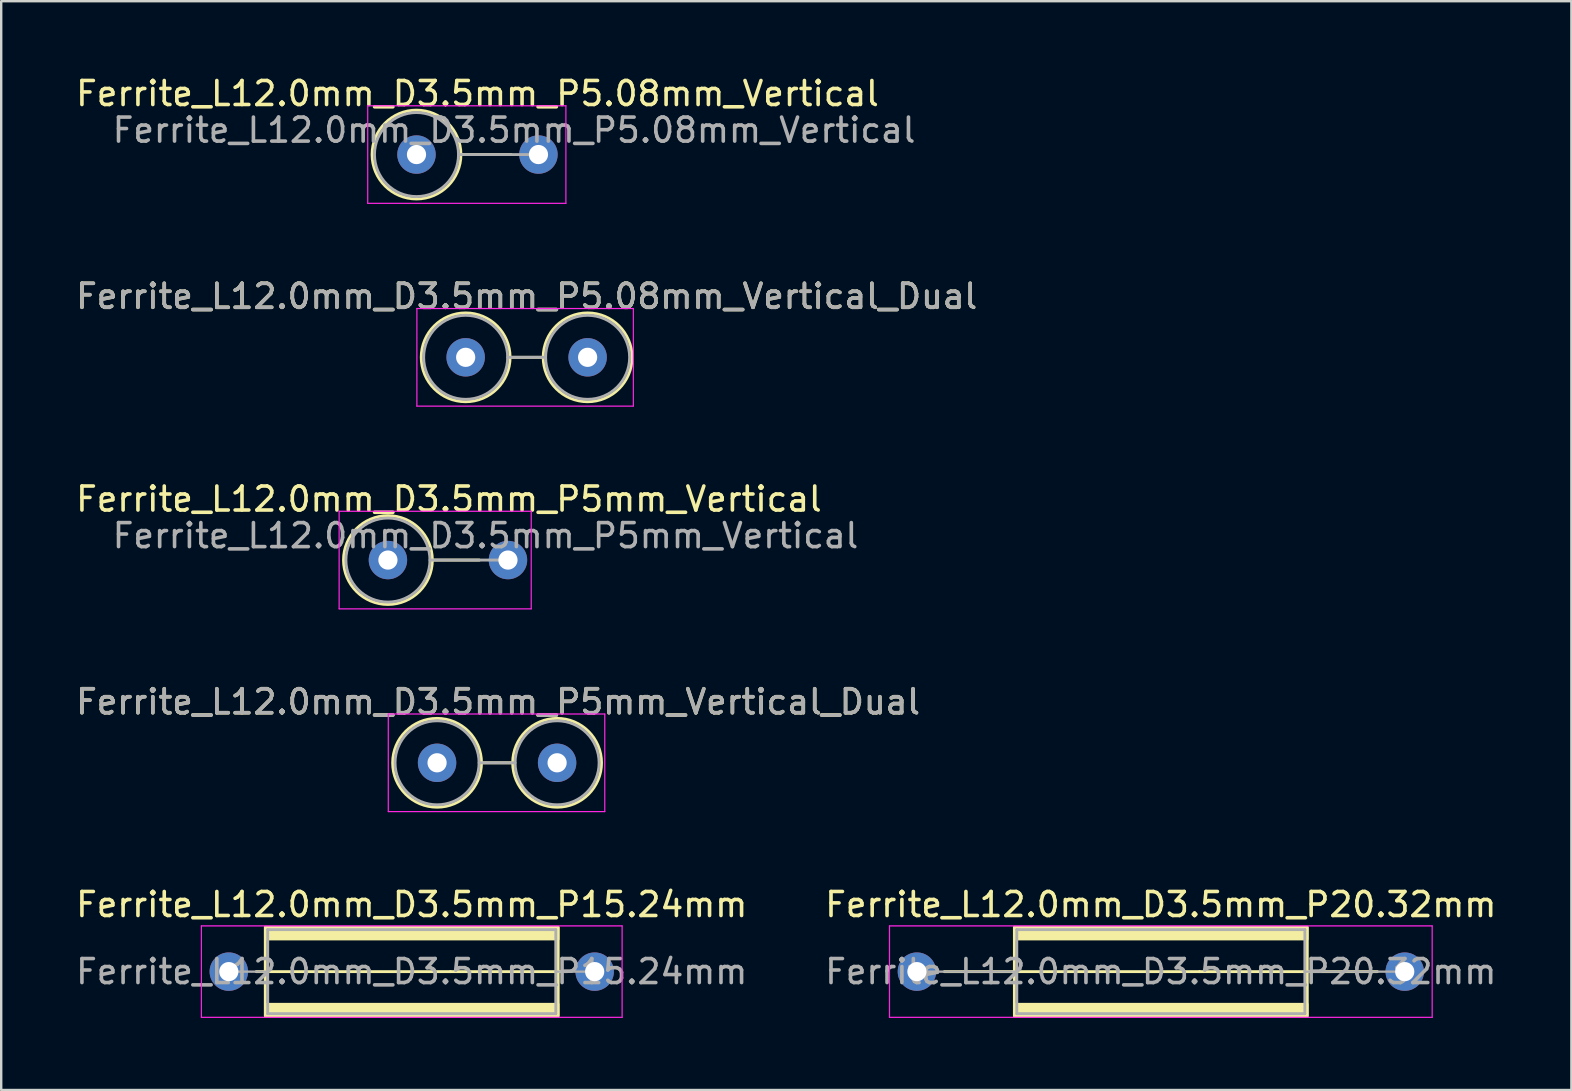
<source format=kicad_pcb>
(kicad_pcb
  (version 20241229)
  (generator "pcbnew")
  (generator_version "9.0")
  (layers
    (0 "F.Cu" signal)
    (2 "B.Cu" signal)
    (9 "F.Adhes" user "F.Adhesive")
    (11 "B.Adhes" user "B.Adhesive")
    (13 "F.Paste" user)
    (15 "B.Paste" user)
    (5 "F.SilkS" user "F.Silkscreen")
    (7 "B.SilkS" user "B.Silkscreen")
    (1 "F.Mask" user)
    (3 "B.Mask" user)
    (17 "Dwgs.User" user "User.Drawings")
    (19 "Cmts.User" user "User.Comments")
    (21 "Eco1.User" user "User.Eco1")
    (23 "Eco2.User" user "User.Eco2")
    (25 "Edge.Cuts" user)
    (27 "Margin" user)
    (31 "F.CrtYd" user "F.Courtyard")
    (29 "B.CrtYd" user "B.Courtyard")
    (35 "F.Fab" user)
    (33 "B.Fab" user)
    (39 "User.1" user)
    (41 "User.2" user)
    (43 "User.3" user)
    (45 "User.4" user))
  (footprint "Ferrite_L12.0mm_D3.5mm_P20.32mm"
    (layer "F.Cu")
    (at 35.144 37.423)
    (property "Reference" "Ferrite_L12.0mm_D3.5mm_P20.32mm" (at 10.16 -2.794 0) (layer "F.SilkS") (effects (font (size 1 1) (thickness 0.15))))
    (fp_line (start 11.774 0.000002) (end 1.143 0) (stroke (width 0.12) (type solid)) (layer "F.SilkS"))
    (fp_line (start 11.774 0.000002) (end 19.177 0) (stroke (width 0.12) (type solid)) (layer "F.SilkS"))
    (fp_rect (start 4.06 -1.85) (end 16.26 1.85) (stroke (width 0.12) (type solid)) (fill no) (layer "F.SilkS"))
    (fp_poly (pts (xy 4.06 1.35) (xy 16.26 1.35) (xy 16.26 1.85) (xy 4.06 1.85)) (stroke (width 0.1) (type solid)) (fill yes) (layer "F.SilkS"))
    (fp_poly (pts (xy 16.26 -1.35) (xy 4.06 -1.35) (xy 4.06 -1.85) (xy 16.26 -1.85)) (stroke (width 0.1) (type solid)) (fill yes) (layer "F.SilkS"))
    (fp_line (start -1.143 -1.905) (end 21.463 -1.905) (stroke (width 0.05) (type solid)) (layer "F.CrtYd"))
    (fp_line (start -1.143 1.905) (end -1.143 -1.905) (stroke (width 0.05) (type solid)) (layer "F.CrtYd"))
    (fp_line (start 21.463 -1.905) (end 21.463 1.905) (stroke (width 0.05) (type solid)) (layer "F.CrtYd"))
    (fp_line (start 21.463 1.905) (end -1.143 1.905) (stroke (width 0.05) (type solid)) (layer "F.CrtYd"))
    (fp_line (start 0 0) (end 4.16 0) (stroke (width 0.1) (type solid)) (layer "F.Fab"))
    (fp_line (start 4.16 -1.75) (end 4.16 1.75) (stroke (width 0.12) (type solid)) (layer "F.Fab"))
    (fp_line (start 4.16 -1.75) (end 16.16 -1.75) (stroke (width 0.12) (type solid)) (layer "F.Fab"))
    (fp_line (start 16.16 -1.75) (end 16.16 1.75) (stroke (width 0.12) (type solid)) (layer "F.Fab"))
    (fp_line (start 16.16 1.75) (end 4.16 1.75) (stroke (width 0.12) (type solid)) (layer "F.Fab"))
    (fp_line (start 20.25 0) (end 16.16 0) (stroke (width 0.1) (type solid)) (layer "F.Fab"))
    (fp_text user "${REFERENCE}" (at 10.16 0 0) (layer "F.Fab") (effects (font (size 1 1) (thickness 0.15))))
    (pad "1" thru_hole circle (at 0 0) (size 1.6 1.6) (drill 0.8) (layers "*.Cu" "*.Mask"))
    (pad "2" thru_hole circle (at 20.32 0) (size 1.6 1.6) (drill 0.8) (layers "*.Cu" "*.Mask")))
  (footprint "Ferrite_L12.0mm_D3.5mm_P5.08mm_Vertical_Dual"
    (layer "F.Cu")
    (at 16.347 11.834)
    (property "Reference" "Ferrite_L12.0mm_D3.5mm_P5.08mm_Vertical_Dual" (at 2.54 -2.54 0) (layer "F.SilkS") (effects (font (size 1 1) (thickness 0.15))))
    (fp_line (start 1.85 0) (end 3.23 0) (stroke (width 0.12) (type solid)) (layer "F.SilkS"))
    (fp_circle (center 0 0) (end 0 -1.85) (stroke (width 0.12) (type solid)) (fill no) (layer "F.SilkS"))
    (fp_circle (center 5.08 0) (end 5.08 -1.85) (stroke (width 0.12) (type solid)) (fill no) (layer "F.SilkS"))
    (fp_line (start -2.032 -2.032) (end 6.985 -2.032) (stroke (width 0.05) (type solid)) (layer "F.CrtYd"))
    (fp_line (start -2.032 2.032) (end -2.032 -2.032) (stroke (width 0.05) (type solid)) (layer "F.CrtYd"))
    (fp_line (start 6.985 -2.032) (end 6.985 2.032) (stroke (width 0.05) (type solid)) (layer "F.CrtYd"))
    (fp_line (start 6.985 2.032) (end -2.032 2.032) (stroke (width 0.05) (type solid)) (layer "F.CrtYd"))
    (fp_line (start 1.75 0) (end 3.33 0) (stroke (width 0.12) (type solid)) (layer "F.Fab"))
    (fp_circle (center 0 0) (end 0 -1.75) (stroke (width 0.12) (type solid)) (fill no) (layer "F.Fab"))
    (fp_circle (center 5.08 0) (end 5.08 -1.75) (stroke (width 0.12) (type solid)) (fill no) (layer "F.Fab"))
    (fp_text user "${REFERENCE}" (at 2.54 -2.539 0) (layer "F.Fab") (effects (font (size 1 1) (thickness 0.15))))
    (pad "1" thru_hole circle (at 0 0) (size 1.6 1.6) (drill 0.8) (layers "*.Cu" "*.Mask"))
    (pad "2" thru_hole circle (at 5.08 0) (size 1.6 1.6) (drill 0.8) (layers "*.Cu" "*.Mask")))
  (footprint "Ferrite_L12.0mm_D3.5mm_P15.24mm"
    (layer "F.Cu")
    (at 6.481 37.423)
    (property "Reference" "Ferrite_L12.0mm_D3.5mm_P15.24mm" (at 7.62 -2.794 0) (layer "F.SilkS") (effects (font (size 1 1) (thickness 0.15))))
    (fp_line (start 9.234 0.000002) (end 1.143 0) (stroke (width 0.12) (type solid)) (layer "F.SilkS"))
    (fp_line (start 9.234 0.000002) (end 14.097 0) (stroke (width 0.12) (type solid)) (layer "F.SilkS"))
    (fp_rect (start 1.52 -1.85) (end 13.72 1.85) (stroke (width 0.12) (type solid)) (fill no) (layer "F.SilkS"))
    (fp_poly (pts (xy 1.52 1.35) (xy 13.72 1.35) (xy 13.72 1.85) (xy 1.52 1.85)) (stroke (width 0.1) (type solid)) (fill yes) (layer "F.SilkS"))
    (fp_poly (pts (xy 13.72 -1.35) (xy 1.52 -1.35) (xy 1.52 -1.85) (xy 13.72 -1.85)) (stroke (width 0.1) (type solid)) (fill yes) (layer "F.SilkS"))
    (fp_line (start -1.143 -1.905) (end 16.383 -1.905) (stroke (width 0.05) (type solid)) (layer "F.CrtYd"))
    (fp_line (start -1.143 1.905) (end -1.143 -1.905) (stroke (width 0.05) (type solid)) (layer "F.CrtYd"))
    (fp_line (start 16.383 -1.905) (end 16.383 1.905) (stroke (width 0.05) (type solid)) (layer "F.CrtYd"))
    (fp_line (start 16.383 1.905) (end -1.143 1.905) (stroke (width 0.05) (type solid)) (layer "F.CrtYd"))
    (fp_line (start 0 0) (end 1.62 0) (stroke (width 0.1) (type solid)) (layer "F.Fab"))
    (fp_line (start 1.62 -1.75) (end 1.62 1.75) (stroke (width 0.12) (type solid)) (layer "F.Fab"))
    (fp_line (start 1.62 -1.75) (end 13.62 -1.75) (stroke (width 0.12) (type solid)) (layer "F.Fab"))
    (fp_line (start 13.62 -1.75) (end 13.62 1.75) (stroke (width 0.12) (type solid)) (layer "F.Fab"))
    (fp_line (start 13.62 1.75) (end 1.62 1.75) (stroke (width 0.12) (type solid)) (layer "F.Fab"))
    (fp_line (start 15.25 0) (end 13.62 0) (stroke (width 0.1) (type solid)) (layer "F.Fab"))
    (fp_text user "${REFERENCE}" (at 7.62 0 0) (layer "F.Fab") (effects (font (size 1 1) (thickness 0.15))))
    (pad "1" thru_hole circle (at 0 0) (size 1.6 1.6) (drill 0.8) (layers "*.Cu" "*.Mask"))
    (pad "2" thru_hole circle (at 15.24 0) (size 1.6 1.6) (drill 0.8) (layers "*.Cu" "*.Mask")))
  (footprint "Ferrite_L12.0mm_D3.5mm_P5mm_Vertical"
    (layer "F.Cu")
    (at 13.109 20.279)
    (property "Reference" "Ferrite_L12.0mm_D3.5mm_P5mm_Vertical" (at 2.54 -2.54 0) (layer "F.SilkS") (effects (font (size 1 1) (thickness 0.15))))
    (fp_line (start 1.85 0) (end 3.81 0) (stroke (width 0.12) (type solid)) (layer "F.SilkS"))
    (fp_circle (center 0 0) (end 0 -1.85) (stroke (width 0.12) (type solid)) (fill no) (layer "F.SilkS"))
    (fp_line (start -2.032 -2.032) (end 5.969 -2.032) (stroke (width 0.05) (type solid)) (layer "F.CrtYd"))
    (fp_line (start -2.032 2.032) (end -2.032 -2.032) (stroke (width 0.05) (type solid)) (layer "F.CrtYd"))
    (fp_line (start 5.969 -2.032) (end 5.969 2.032) (stroke (width 0.05) (type solid)) (layer "F.CrtYd"))
    (fp_line (start 5.969 2.032) (end -2.032 2.032) (stroke (width 0.05) (type solid)) (layer "F.CrtYd"))
    (fp_line (start 1.75 0) (end 5 0) (stroke (width 0.12) (type solid)) (layer "F.Fab"))
    (fp_circle (center 0 0) (end 0 -1.75) (stroke (width 0.12) (type solid)) (fill no) (layer "F.Fab"))
    (fp_text user "${REFERENCE}" (at 4.064 -1.016 0) (layer "F.Fab") (effects (font (size 1 1) (thickness 0.15))))
    (pad "1" thru_hole circle (at 0 0) (size 1.6 1.6) (drill 0.8) (layers "*.Cu" "*.Mask"))
    (pad "2" thru_hole circle (at 5 0) (size 1.6 1.6) (drill 0.8) (layers "*.Cu" "*.Mask")))
  (footprint "Ferrite_L12.0mm_D3.5mm_P5.08mm_Vertical"
    (layer "F.Cu")
    (at 14.299 3.388)
    (property "Reference" "Ferrite_L12.0mm_D3.5mm_P5.08mm_Vertical" (at 2.54 -2.54 0) (layer "F.SilkS") (effects (font (size 1 1) (thickness 0.15))))
    (fp_line (start 1.85 0) (end 3.937 0) (stroke (width 0.12) (type solid)) (layer "F.SilkS"))
    (fp_circle (center 0 0) (end 0 -1.85) (stroke (width 0.12) (type solid)) (fill no) (layer "F.SilkS"))
    (fp_line (start -2.032 -2.032) (end 6.223 -2.032) (stroke (width 0.05) (type solid)) (layer "F.CrtYd"))
    (fp_line (start -2.032 2.032) (end -2.032 -2.032) (stroke (width 0.05) (type solid)) (layer "F.CrtYd"))
    (fp_line (start 6.223 -2.032) (end 6.223 2.032) (stroke (width 0.05) (type solid)) (layer "F.CrtYd"))
    (fp_line (start 6.223 2.032) (end -2.032 2.032) (stroke (width 0.05) (type solid)) (layer "F.CrtYd"))
    (fp_line (start 1.75 0) (end 5.08 0) (stroke (width 0.12) (type solid)) (layer "F.Fab"))
    (fp_circle (center 0 0) (end 0 -1.75) (stroke (width 0.12) (type solid)) (fill no) (layer "F.Fab"))
    (fp_text user "${REFERENCE}" (at 4.064 -1.016 180) (layer "F.Fab") (effects (font (size 1 1) (thickness 0.15))))
    (pad "1" thru_hole circle (at 0 0) (size 1.6 1.6) (drill 0.8) (layers "*.Cu" "*.Mask"))
    (pad "2" thru_hole circle (at 5.08 0) (size 1.6 1.6) (drill 0.8) (layers "*.Cu" "*.Mask")))
  (footprint "Ferrite_L12.0mm_D3.5mm_P5mm_Vertical_Dual"
    (layer "F.Cu")
    (at 15.156 28.724)
    (property "Reference" "Ferrite_L12.0mm_D3.5mm_P5mm_Vertical_Dual" (at 2.54 -2.54 0) (layer "F.SilkS") (effects (font (size 1 1) (thickness 0.15))))
    (fp_line (start 1.85 0) (end 3.15 0) (stroke (width 0.12) (type solid)) (layer "F.SilkS"))
    (fp_circle (center 0 0) (end 0 -1.85) (stroke (width 0.12) (type solid)) (fill no) (layer "F.SilkS"))
    (fp_circle (center 5 0) (end 5 -1.85) (stroke (width 0.12) (type solid)) (fill no) (layer "F.SilkS"))
    (fp_line (start -2.032 -2.032) (end 6.985 -2.032) (stroke (width 0.05) (type solid)) (layer "F.CrtYd"))
    (fp_line (start -2.032 2.032) (end -2.032 -2.032) (stroke (width 0.05) (type solid)) (layer "F.CrtYd"))
    (fp_line (start 6.985 -2.032) (end 6.985 2.032) (stroke (width 0.05) (type solid)) (layer "F.CrtYd"))
    (fp_line (start 6.985 2.032) (end -2.032 2.032) (stroke (width 0.05) (type solid)) (layer "F.CrtYd"))
    (fp_line (start 1.75 0) (end 3.25 0) (stroke (width 0.12) (type solid)) (layer "F.Fab"))
    (fp_circle (center 0 0) (end 0 -1.75) (stroke (width 0.12) (type solid)) (fill no) (layer "F.Fab"))
    (fp_circle (center 5 0) (end 5 -1.75) (stroke (width 0.12) (type solid)) (fill no) (layer "F.Fab"))
    (fp_text user "${REFERENCE}" (at 2.54 -2.539 0) (layer "F.Fab") (effects (font (size 1 1) (thickness 0.15))))
    (pad "1" thru_hole circle (at 0 0) (size 1.6 1.6) (drill 0.8) (layers "*.Cu" "*.Mask"))
    (pad "2" thru_hole circle (at 5 0) (size 1.6 1.6) (drill 0.8) (layers "*.Cu" "*.Mask")))
  (gr_rect
    (start -3 -3)
    (end 62.405 42.353)
    (stroke (width 0.1) (type default))
    (fill no)
    (layer "Edge.Cuts")))
</source>
